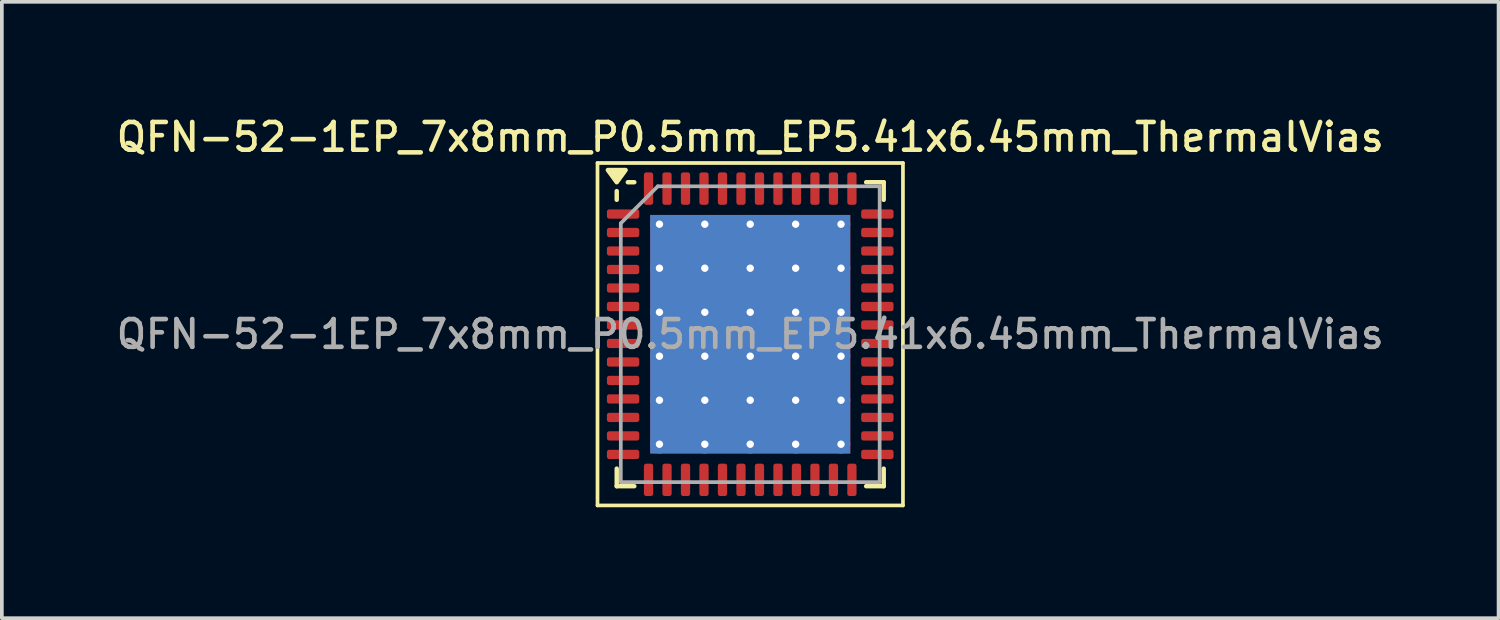
<source format=kicad_pcb>
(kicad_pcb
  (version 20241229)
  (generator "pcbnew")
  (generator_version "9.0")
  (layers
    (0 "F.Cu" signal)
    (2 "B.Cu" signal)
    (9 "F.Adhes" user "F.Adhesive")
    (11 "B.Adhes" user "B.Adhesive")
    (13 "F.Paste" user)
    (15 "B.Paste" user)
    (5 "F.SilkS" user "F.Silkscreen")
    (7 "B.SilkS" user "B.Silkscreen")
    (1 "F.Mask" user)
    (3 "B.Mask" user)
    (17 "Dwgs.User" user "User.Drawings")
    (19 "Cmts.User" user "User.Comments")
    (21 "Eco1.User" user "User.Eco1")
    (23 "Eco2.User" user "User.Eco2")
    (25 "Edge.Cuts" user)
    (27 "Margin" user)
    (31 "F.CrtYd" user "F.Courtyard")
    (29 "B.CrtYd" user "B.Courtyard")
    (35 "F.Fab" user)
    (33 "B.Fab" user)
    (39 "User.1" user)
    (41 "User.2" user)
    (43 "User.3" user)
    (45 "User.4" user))
  (footprint "QFN-52-1EP_7x8mm_P0.5mm_EP5.41x6.45mm_ThermalVias"
    (layer "F.Cu")
    (at 17.238 5.988)
    (property "Reference" "QFN-52-1EP_7x8mm_P0.5mm_EP5.41x6.45mm_ThermalVias" (at 0 -5.33 0) (layer "F.SilkS") (effects (font (size 0.75 0.75) (thickness 0.125))))
    (attr smd)
    (fp_line (start -4.13 -4.63) (end -4.13 4.63) (stroke (width 0.1) (type solid)) (layer "F.SilkS"))
    (fp_line (start -4.13 4.63) (end 4.13 4.63) (stroke (width 0.1) (type solid)) (layer "F.SilkS"))
    (fp_line (start -3.61 -3.635) (end -3.61 -3.87) (stroke (width 0.12) (type solid)) (layer "F.SilkS"))
    (fp_line (start -3.61 4.11) (end -3.61 3.635) (stroke (width 0.12) (type solid)) (layer "F.SilkS"))
    (fp_line (start -3.135 -4.11) (end -3.31 -4.11) (stroke (width 0.12) (type solid)) (layer "F.SilkS"))
    (fp_line (start -3.135 4.11) (end -3.61 4.11) (stroke (width 0.12) (type solid)) (layer "F.SilkS"))
    (fp_line (start 3.135 -4.11) (end 3.61 -4.11) (stroke (width 0.12) (type solid)) (layer "F.SilkS"))
    (fp_line (start 3.135 4.11) (end 3.61 4.11) (stroke (width 0.12) (type solid)) (layer "F.SilkS"))
    (fp_line (start 3.61 -4.11) (end 3.61 -3.635) (stroke (width 0.12) (type solid)) (layer "F.SilkS"))
    (fp_line (start 3.61 4.11) (end 3.61 3.635) (stroke (width 0.12) (type solid)) (layer "F.SilkS"))
    (fp_line (start 4.13 -4.63) (end -4.13 -4.63) (stroke (width 0.1) (type solid)) (layer "F.SilkS"))
    (fp_line (start 4.13 4.63) (end 4.13 -4.63) (stroke (width 0.1) (type solid)) (layer "F.SilkS"))
    (fp_poly (pts (xy -3.61 -4.11) (xy -3.85 -4.44) (xy -3.37 -4.44) (xy -3.61 -4.11)) (stroke (width 0.12) (type solid)) (fill yes) (layer "F.SilkS"))
    (fp_line (start -3.5 -3) (end -2.5 -4) (stroke (width 0.1) (type solid)) (layer "F.Fab"))
    (fp_line (start -3.5 4) (end -3.5 -3) (stroke (width 0.1) (type solid)) (layer "F.Fab"))
    (fp_line (start -2.5 -4) (end 3.5 -4) (stroke (width 0.1) (type solid)) (layer "F.Fab"))
    (fp_line (start 3.5 -4) (end 3.5 4) (stroke (width 0.1) (type solid)) (layer "F.Fab"))
    (fp_line (start 3.5 4) (end -3.5 4) (stroke (width 0.1) (type solid)) (layer "F.Fab"))
    (fp_text user "${REFERENCE}" (at 0 0 0) (layer "F.Fab") (effects (font (size 0.75 0.75) (thickness 0.125))))
    (pad "" smd roundrect (at -1.841 -2.38) (size 1.048 0.999) (layers "F.Paste") (roundrect_rratio 0.25))
    (pad "" smd roundrect (at -1.841 -1.19) (size 1.048 0.999) (layers "F.Paste") (roundrect_rratio 0.25))
    (pad "" smd roundrect (at -1.841 0) (size 1.048 0.999) (layers "F.Paste") (roundrect_rratio 0.25))
    (pad "" smd roundrect (at -1.841 1.19) (size 1.048 0.999) (layers "F.Paste") (roundrect_rratio 0.25))
    (pad "" smd roundrect (at -1.841 2.38) (size 1.048 0.999) (layers "F.Paste") (roundrect_rratio 0.25))
    (pad "" smd roundrect (at -0.614 -2.38) (size 1.048 0.999) (layers "F.Paste") (roundrect_rratio 0.25))
    (pad "" smd roundrect (at -0.614 -1.19) (size 1.048 0.999) (layers "F.Paste") (roundrect_rratio 0.25))
    (pad "" smd roundrect (at -0.614 0) (size 1.048 0.999) (layers "F.Paste") (roundrect_rratio 0.25))
    (pad "" smd roundrect (at -0.614 1.19) (size 1.048 0.999) (layers "F.Paste") (roundrect_rratio 0.25))
    (pad "" smd roundrect (at -0.614 2.38) (size 1.048 0.999) (layers "F.Paste") (roundrect_rratio 0.25))
    (pad "" smd roundrect (at 0.614 -2.38) (size 1.048 0.999) (layers "F.Paste") (roundrect_rratio 0.25))
    (pad "" smd roundrect (at 0.614 -1.19) (size 1.048 0.999) (layers "F.Paste") (roundrect_rratio 0.25))
    (pad "" smd roundrect (at 0.614 0) (size 1.048 0.999) (layers "F.Paste") (roundrect_rratio 0.25))
    (pad "" smd roundrect (at 0.614 1.19) (size 1.048 0.999) (layers "F.Paste") (roundrect_rratio 0.25))
    (pad "" smd roundrect (at 0.614 2.38) (size 1.048 0.999) (layers "F.Paste") (roundrect_rratio 0.25))
    (pad "" smd roundrect (at 1.841 -2.38) (size 1.048 0.999) (layers "F.Paste") (roundrect_rratio 0.25))
    (pad "" smd roundrect (at 1.841 -1.19) (size 1.048 0.999) (layers "F.Paste") (roundrect_rratio 0.25))
    (pad "" smd roundrect (at 1.841 0) (size 1.048 0.999) (layers "F.Paste") (roundrect_rratio 0.25))
    (pad "" smd roundrect (at 1.841 1.19) (size 1.048 0.999) (layers "F.Paste") (roundrect_rratio 0.25))
    (pad "" smd roundrect (at 1.841 2.38) (size 1.048 0.999) (layers "F.Paste") (roundrect_rratio 0.25))
    (pad "1" smd roundrect (at -3.438 -3.25) (size 0.875 0.25) (layers "F.Cu" "F.Mask" "F.Paste") (roundrect_rratio 0.25))
    (pad "2" smd roundrect (at -3.438 -2.75) (size 0.875 0.25) (layers "F.Cu" "F.Mask" "F.Paste") (roundrect_rratio 0.25))
    (pad "3" smd roundrect (at -3.438 -2.25) (size 0.875 0.25) (layers "F.Cu" "F.Mask" "F.Paste") (roundrect_rratio 0.25))
    (pad "4" smd roundrect (at -3.438 -1.75) (size 0.875 0.25) (layers "F.Cu" "F.Mask" "F.Paste") (roundrect_rratio 0.25))
    (pad "5" smd roundrect (at -3.438 -1.25) (size 0.875 0.25) (layers "F.Cu" "F.Mask" "F.Paste") (roundrect_rratio 0.25))
    (pad "6" smd roundrect (at -3.438 -0.75) (size 0.875 0.25) (layers "F.Cu" "F.Mask" "F.Paste") (roundrect_rratio 0.25))
    (pad "7" smd roundrect (at -3.438 -0.25) (size 0.875 0.25) (layers "F.Cu" "F.Mask" "F.Paste") (roundrect_rratio 0.25))
    (pad "8" smd roundrect (at -3.438 0.25) (size 0.875 0.25) (layers "F.Cu" "F.Mask" "F.Paste") (roundrect_rratio 0.25))
    (pad "9" smd roundrect (at -3.438 0.75) (size 0.875 0.25) (layers "F.Cu" "F.Mask" "F.Paste") (roundrect_rratio 0.25))
    (pad "10" smd roundrect (at -3.438 1.25) (size 0.875 0.25) (layers "F.Cu" "F.Mask" "F.Paste") (roundrect_rratio 0.25))
    (pad "11" smd roundrect (at -3.438 1.75) (size 0.875 0.25) (layers "F.Cu" "F.Mask" "F.Paste") (roundrect_rratio 0.25))
    (pad "12" smd roundrect (at -3.438 2.25) (size 0.875 0.25) (layers "F.Cu" "F.Mask" "F.Paste") (roundrect_rratio 0.25))
    (pad "13" smd roundrect (at -3.438 2.75) (size 0.875 0.25) (layers "F.Cu" "F.Mask" "F.Paste") (roundrect_rratio 0.25))
    (pad "14" smd roundrect (at -3.438 3.25) (size 0.875 0.25) (layers "F.Cu" "F.Mask" "F.Paste") (roundrect_rratio 0.25))
    (pad "15" smd roundrect (at -2.75 3.938) (size 0.25 0.875) (layers "F.Cu" "F.Mask" "F.Paste") (roundrect_rratio 0.25))
    (pad "16" smd roundrect (at -2.25 3.938) (size 0.25 0.875) (layers "F.Cu" "F.Mask" "F.Paste") (roundrect_rratio 0.25))
    (pad "17" smd roundrect (at -1.75 3.938) (size 0.25 0.875) (layers "F.Cu" "F.Mask" "F.Paste") (roundrect_rratio 0.25))
    (pad "18" smd roundrect (at -1.25 3.938) (size 0.25 0.875) (layers "F.Cu" "F.Mask" "F.Paste") (roundrect_rratio 0.25))
    (pad "19" smd roundrect (at -0.75 3.938) (size 0.25 0.875) (layers "F.Cu" "F.Mask" "F.Paste") (roundrect_rratio 0.25))
    (pad "20" smd roundrect (at -0.25 3.938) (size 0.25 0.875) (layers "F.Cu" "F.Mask" "F.Paste") (roundrect_rratio 0.25))
    (pad "21" smd roundrect (at 0.25 3.938) (size 0.25 0.875) (layers "F.Cu" "F.Mask" "F.Paste") (roundrect_rratio 0.25))
    (pad "22" smd roundrect (at 0.75 3.938) (size 0.25 0.875) (layers "F.Cu" "F.Mask" "F.Paste") (roundrect_rratio 0.25))
    (pad "23" smd roundrect (at 1.25 3.938) (size 0.25 0.875) (layers "F.Cu" "F.Mask" "F.Paste") (roundrect_rratio 0.25))
    (pad "24" smd roundrect (at 1.75 3.938) (size 0.25 0.875) (layers "F.Cu" "F.Mask" "F.Paste") (roundrect_rratio 0.25))
    (pad "25" smd roundrect (at 2.25 3.938) (size 0.25 0.875) (layers "F.Cu" "F.Mask" "F.Paste") (roundrect_rratio 0.25))
    (pad "26" smd roundrect (at 2.75 3.938) (size 0.25 0.875) (layers "F.Cu" "F.Mask" "F.Paste") (roundrect_rratio 0.25))
    (pad "27" smd roundrect (at 3.438 3.25) (size 0.875 0.25) (layers "F.Cu" "F.Mask" "F.Paste") (roundrect_rratio 0.25))
    (pad "28" smd roundrect (at 3.438 2.75) (size 0.875 0.25) (layers "F.Cu" "F.Mask" "F.Paste") (roundrect_rratio 0.25))
    (pad "29" smd roundrect (at 3.438 2.25) (size 0.875 0.25) (layers "F.Cu" "F.Mask" "F.Paste") (roundrect_rratio 0.25))
    (pad "30" smd roundrect (at 3.438 1.75) (size 0.875 0.25) (layers "F.Cu" "F.Mask" "F.Paste") (roundrect_rratio 0.25))
    (pad "31" smd roundrect (at 3.438 1.25) (size 0.875 0.25) (layers "F.Cu" "F.Mask" "F.Paste") (roundrect_rratio 0.25))
    (pad "32" smd roundrect (at 3.438 0.75) (size 0.875 0.25) (layers "F.Cu" "F.Mask" "F.Paste") (roundrect_rratio 0.25))
    (pad "33" smd roundrect (at 3.438 0.25) (size 0.875 0.25) (layers "F.Cu" "F.Mask" "F.Paste") (roundrect_rratio 0.25))
    (pad "34" smd roundrect (at 3.438 -0.25) (size 0.875 0.25) (layers "F.Cu" "F.Mask" "F.Paste") (roundrect_rratio 0.25))
    (pad "35" smd roundrect (at 3.438 -0.75) (size 0.875 0.25) (layers "F.Cu" "F.Mask" "F.Paste") (roundrect_rratio 0.25))
    (pad "36" smd roundrect (at 3.438 -1.25) (size 0.875 0.25) (layers "F.Cu" "F.Mask" "F.Paste") (roundrect_rratio 0.25))
    (pad "37" smd roundrect (at 3.438 -1.75) (size 0.875 0.25) (layers "F.Cu" "F.Mask" "F.Paste") (roundrect_rratio 0.25))
    (pad "38" smd roundrect (at 3.438 -2.25) (size 0.875 0.25) (layers "F.Cu" "F.Mask" "F.Paste") (roundrect_rratio 0.25))
    (pad "39" smd roundrect (at 3.438 -2.75) (size 0.875 0.25) (layers "F.Cu" "F.Mask" "F.Paste") (roundrect_rratio 0.25))
    (pad "40" smd roundrect (at 3.438 -3.25) (size 0.875 0.25) (layers "F.Cu" "F.Mask" "F.Paste") (roundrect_rratio 0.25))
    (pad "41" smd roundrect (at 2.75 -3.938) (size 0.25 0.875) (layers "F.Cu" "F.Mask" "F.Paste") (roundrect_rratio 0.25))
    (pad "42" smd roundrect (at 2.25 -3.938) (size 0.25 0.875) (layers "F.Cu" "F.Mask" "F.Paste") (roundrect_rratio 0.25))
    (pad "43" smd roundrect (at 1.75 -3.938) (size 0.25 0.875) (layers "F.Cu" "F.Mask" "F.Paste") (roundrect_rratio 0.25))
    (pad "44" smd roundrect (at 1.25 -3.938) (size 0.25 0.875) (layers "F.Cu" "F.Mask" "F.Paste") (roundrect_rratio 0.25))
    (pad "45" smd roundrect (at 0.75 -3.938) (size 0.25 0.875) (layers "F.Cu" "F.Mask" "F.Paste") (roundrect_rratio 0.25))
    (pad "46" smd roundrect (at 0.25 -3.938) (size 0.25 0.875) (layers "F.Cu" "F.Mask" "F.Paste") (roundrect_rratio 0.25))
    (pad "47" smd roundrect (at -0.25 -3.938) (size 0.25 0.875) (layers "F.Cu" "F.Mask" "F.Paste") (roundrect_rratio 0.25))
    (pad "48" smd roundrect (at -0.75 -3.938) (size 0.25 0.875) (layers "F.Cu" "F.Mask" "F.Paste") (roundrect_rratio 0.25))
    (pad "49" smd roundrect (at -1.25 -3.938) (size 0.25 0.875) (layers "F.Cu" "F.Mask" "F.Paste") (roundrect_rratio 0.25))
    (pad "50" smd roundrect (at -1.75 -3.938) (size 0.25 0.875) (layers "F.Cu" "F.Mask" "F.Paste") (roundrect_rratio 0.25))
    (pad "51" smd roundrect (at -2.25 -3.938) (size 0.25 0.875) (layers "F.Cu" "F.Mask" "F.Paste") (roundrect_rratio 0.25))
    (pad "52" smd roundrect (at -2.75 -3.938) (size 0.25 0.875) (layers "F.Cu" "F.Mask" "F.Paste") (roundrect_rratio 0.25))
    (pad "53" thru_hole circle (at -2.455 -2.975) (size 0.5 0.5) (drill 0.2) (property pad_prop_heatsink) (layers "*.Cu"))
    (pad "53" thru_hole circle (at -2.455 -1.785) (size 0.5 0.5) (drill 0.2) (property pad_prop_heatsink) (layers "*.Cu"))
    (pad "53" thru_hole circle (at -2.455 -0.595) (size 0.5 0.5) (drill 0.2) (property pad_prop_heatsink) (layers "*.Cu"))
    (pad "53" thru_hole circle (at -2.455 0.595) (size 0.5 0.5) (drill 0.2) (property pad_prop_heatsink) (layers "*.Cu"))
    (pad "53" thru_hole circle (at -2.455 1.785) (size 0.5 0.5) (drill 0.2) (property pad_prop_heatsink) (layers "*.Cu"))
    (pad "53" thru_hole circle (at -2.455 2.975) (size 0.5 0.5) (drill 0.2) (property pad_prop_heatsink) (layers "*.Cu"))
    (pad "53" thru_hole circle (at -1.228 -2.975) (size 0.5 0.5) (drill 0.2) (property pad_prop_heatsink) (layers "*.Cu"))
    (pad "53" thru_hole circle (at -1.228 -1.785) (size 0.5 0.5) (drill 0.2) (property pad_prop_heatsink) (layers "*.Cu"))
    (pad "53" thru_hole circle (at -1.228 -0.595) (size 0.5 0.5) (drill 0.2) (property pad_prop_heatsink) (layers "*.Cu"))
    (pad "53" thru_hole circle (at -1.228 0.595) (size 0.5 0.5) (drill 0.2) (property pad_prop_heatsink) (layers "*.Cu"))
    (pad "53" thru_hole circle (at -1.228 1.785) (size 0.5 0.5) (drill 0.2) (property pad_prop_heatsink) (layers "*.Cu"))
    (pad "53" thru_hole circle (at -1.228 2.975) (size 0.5 0.5) (drill 0.2) (property pad_prop_heatsink) (layers "*.Cu"))
    (pad "53" thru_hole circle (at 0 -2.975) (size 0.5 0.5) (drill 0.2) (property pad_prop_heatsink) (layers "*.Cu"))
    (pad "53" thru_hole circle (at 0 -1.785) (size 0.5 0.5) (drill 0.2) (property pad_prop_heatsink) (layers "*.Cu"))
    (pad "53" thru_hole circle (at 0 -0.595) (size 0.5 0.5) (drill 0.2) (property pad_prop_heatsink) (layers "*.Cu"))
    (pad "53" smd rect (at 0 0) (size 5.41 6.45) (property pad_prop_heatsink) (layers "F.Cu" "F.Mask"))
    (pad "53" smd rect (at 0 0) (size 5.41 6.45) (property pad_prop_heatsink) (layers "B.Cu"))
    (pad "53" thru_hole circle (at 0 0.595) (size 0.5 0.5) (drill 0.2) (property pad_prop_heatsink) (layers "*.Cu"))
    (pad "53" thru_hole circle (at 0 1.785) (size 0.5 0.5) (drill 0.2) (property pad_prop_heatsink) (layers "*.Cu"))
    (pad "53" thru_hole circle (at 0 2.975) (size 0.5 0.5) (drill 0.2) (property pad_prop_heatsink) (layers "*.Cu"))
    (pad "53" thru_hole circle (at 1.228 -2.975) (size 0.5 0.5) (drill 0.2) (property pad_prop_heatsink) (layers "*.Cu"))
    (pad "53" thru_hole circle (at 1.228 -1.785) (size 0.5 0.5) (drill 0.2) (property pad_prop_heatsink) (layers "*.Cu"))
    (pad "53" thru_hole circle (at 1.228 -0.595) (size 0.5 0.5) (drill 0.2) (property pad_prop_heatsink) (layers "*.Cu"))
    (pad "53" thru_hole circle (at 1.228 0.595) (size 0.5 0.5) (drill 0.2) (property pad_prop_heatsink) (layers "*.Cu"))
    (pad "53" thru_hole circle (at 1.228 1.785) (size 0.5 0.5) (drill 0.2) (property pad_prop_heatsink) (layers "*.Cu"))
    (pad "53" thru_hole circle (at 1.228 2.975) (size 0.5 0.5) (drill 0.2) (property pad_prop_heatsink) (layers "*.Cu"))
    (pad "53" thru_hole circle (at 2.455 -2.975) (size 0.5 0.5) (drill 0.2) (property pad_prop_heatsink) (layers "*.Cu"))
    (pad "53" thru_hole circle (at 2.455 -1.785) (size 0.5 0.5) (drill 0.2) (property pad_prop_heatsink) (layers "*.Cu"))
    (pad "53" thru_hole circle (at 2.455 -0.595) (size 0.5 0.5) (drill 0.2) (property pad_prop_heatsink) (layers "*.Cu"))
    (pad "53" thru_hole circle (at 2.455 0.595) (size 0.5 0.5) (drill 0.2) (property pad_prop_heatsink) (layers "*.Cu"))
    (pad "53" thru_hole circle (at 2.455 1.785) (size 0.5 0.5) (drill 0.2) (property pad_prop_heatsink) (layers "*.Cu"))
    (pad "53" thru_hole circle (at 2.455 2.975) (size 0.5 0.5) (drill 0.2) (property pad_prop_heatsink) (layers "*.Cu")))
  (gr_rect
    (start -3 -3)
    (end 37.475 13.668)
    (stroke (width 0.1) (type default))
    (fill no)
    (layer "Edge.Cuts")))
</source>
